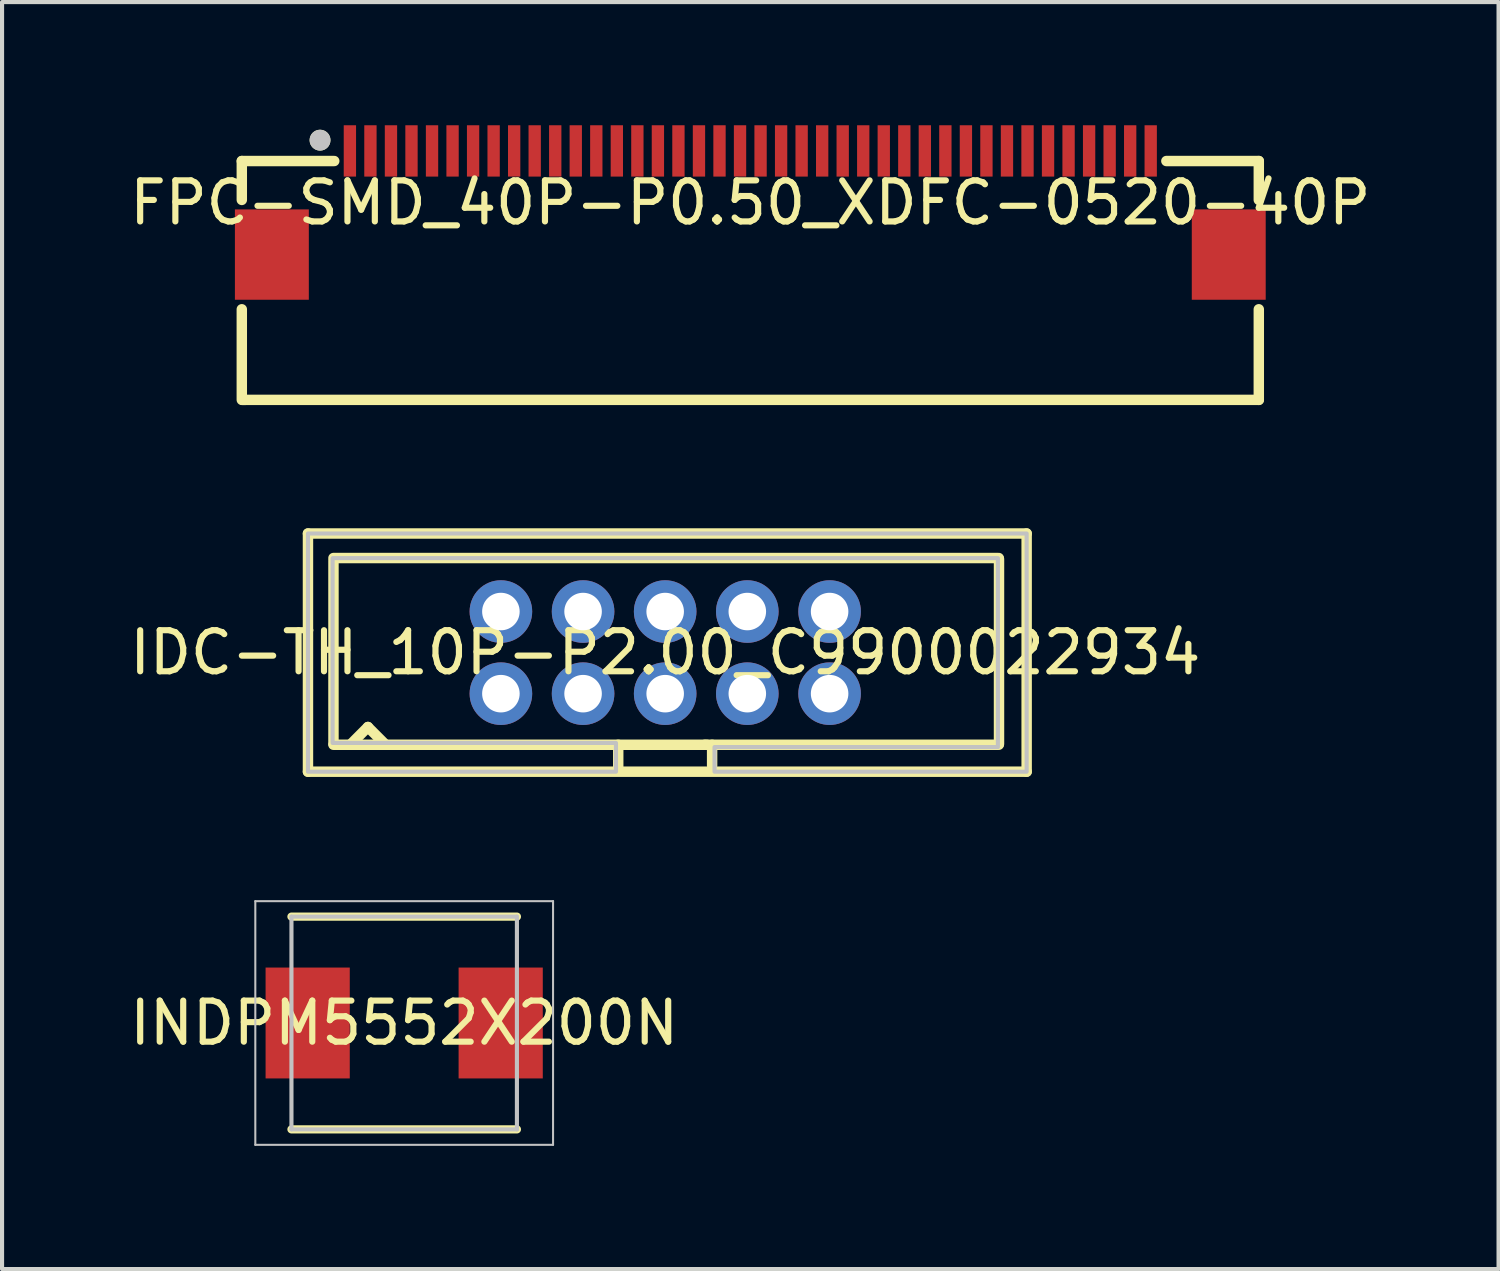
<source format=kicad_pcb>
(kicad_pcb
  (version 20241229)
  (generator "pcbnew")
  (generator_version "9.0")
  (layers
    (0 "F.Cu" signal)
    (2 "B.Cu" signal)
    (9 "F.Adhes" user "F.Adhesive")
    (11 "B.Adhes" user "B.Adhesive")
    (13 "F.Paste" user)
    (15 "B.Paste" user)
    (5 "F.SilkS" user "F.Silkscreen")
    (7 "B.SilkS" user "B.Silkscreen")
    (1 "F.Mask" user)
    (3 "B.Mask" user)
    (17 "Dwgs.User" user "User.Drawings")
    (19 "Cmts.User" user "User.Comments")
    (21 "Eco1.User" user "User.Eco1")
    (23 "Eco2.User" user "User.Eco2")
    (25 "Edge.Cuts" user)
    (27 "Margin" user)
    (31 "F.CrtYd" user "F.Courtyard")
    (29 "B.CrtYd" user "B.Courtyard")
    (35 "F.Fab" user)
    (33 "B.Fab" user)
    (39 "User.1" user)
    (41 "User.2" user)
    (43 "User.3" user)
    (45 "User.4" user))
  (footprint "INDPM5552X200N"
    (layer "F.Cu")
    (at 6.792 21.86)
    (property "Reference" "INDPM5552X200N" (at 0 0 0) (layer "F.SilkS") (effects (font (size 1 1) (thickness 0.15))))
    (fp_line (start -2.745 2.59) (end 2.745 2.59) (stroke (width 0.2) (type default)) (layer "F.SilkS"))
    (fp_line (start 2.745 -2.59) (end -2.745 -2.59) (stroke (width 0.2) (type default)) (layer "F.SilkS"))
    (fp_line (start -3.625 -2.967) (end 3.625 -2.967) (stroke (width 0.05) (type default)) (layer "Dwgs.User"))
    (fp_line (start -3.625 2.967) (end -3.625 -2.967) (stroke (width 0.05) (type default)) (layer "Dwgs.User"))
    (fp_line (start -2.745 -2.59) (end 2.745 -2.59) (stroke (width 0.1) (type default)) (layer "Dwgs.User"))
    (fp_line (start -2.745 2.59) (end -2.745 -2.59) (stroke (width 0.1) (type default)) (layer "Dwgs.User"))
    (fp_line (start 2.745 -2.59) (end 2.745 2.59) (stroke (width 0.1) (type default)) (layer "Dwgs.User"))
    (fp_line (start 2.745 2.59) (end -2.745 2.59) (stroke (width 0.1) (type default)) (layer "Dwgs.User"))
    (fp_line (start 3.625 -2.967) (end 3.625 2.967) (stroke (width 0.05) (type default)) (layer "Dwgs.User"))
    (fp_line (start 3.625 2.967) (end -3.625 2.967) (stroke (width 0.05) (type default)) (layer "Dwgs.User"))
    (pad "1" smd rect (at -2.35 0 90) (size 2.7 2.05) (layers "F.Cu" "F.Mask" "F.Paste"))
    (pad "2" smd rect (at 2.35 0 90) (size 2.7 2.05) (layers "F.Cu" "F.Mask" "F.Paste")))
  (footprint "FPC-SMD_40P-P0.50_XDFC-0520-40P"
    (layer "F.Cu")
    (at 15.22 1.887)
    (property "Reference" "FPC-SMD_40P-P0.50_XDFC-0520-40P" (at 0 0 0) (layer "F.SilkS") (effects (font (size 1 1) (thickness 0.15))))
    (fp_line (start -12.382 -1.016) (end -12.382 -0.069) (stroke (width 0.254) (type default)) (layer "F.SilkS"))
    (fp_line (start -12.382 2.594) (end -12.382 4.8) (stroke (width 0.254) (type default)) (layer "F.SilkS"))
    (fp_line (start -12.355 4.8) (end -12.3 4.8) (stroke (width 0.254) (type default)) (layer "F.SilkS"))
    (fp_line (start -10.131 -1.016) (end -12.382 -1.016) (stroke (width 0.254) (type default)) (layer "F.SilkS"))
    (fp_line (start 12.382 -1.016) (end 10.131 -1.016) (stroke (width 0.254) (type default)) (layer "F.SilkS"))
    (fp_line (start 12.382 -0.069) (end 12.382 -1.016) (stroke (width 0.254) (type default)) (layer "F.SilkS"))
    (fp_line (start 12.382 2.594) (end 12.382 4.8) (stroke (width 0.254) (type default)) (layer "F.SilkS"))
    (fp_line (start 12.382 4.8) (end -12.355 4.8) (stroke (width 0.254) (type default)) (layer "F.SilkS"))
    (fp_circle (center -10.477 -1.524) (end -10.35 -1.524) (stroke (width 0.254) (type default)) (fill no) (layer "F.SilkS"))
    (fp_circle (center -10.477 -1.524) (end -10.35 -1.524) (stroke (width 0.254) (type default)) (fill no) (layer "Dwgs.User"))
    (fp_poly (pts (xy -12.25 1.762) (xy -12.25 0.762) (xy -10.75 0.762) (xy -10.75 1.762)) (stroke (width 0.1) (type default)) (fill no) (layer "User.1"))
    (fp_poly (pts (xy -9.85 -1.663) (xy -9.65 -1.663) (xy -9.65 -0.863) (xy -9.85 -0.863)) (stroke (width 0.1) (type default)) (fill no) (layer "User.1"))
    (fp_poly (pts (xy -9.35 -1.663) (xy -9.15 -1.663) (xy -9.15 -0.863) (xy -9.35 -0.863)) (stroke (width 0.1) (type default)) (fill no) (layer "User.1"))
    (fp_poly (pts (xy -8.85 -1.663) (xy -8.65 -1.663) (xy -8.65 -0.863) (xy -8.85 -0.863)) (stroke (width 0.1) (type default)) (fill no) (layer "User.1"))
    (fp_poly (pts (xy -8.35 -1.663) (xy -8.15 -1.663) (xy -8.15 -0.863) (xy -8.35 -0.863)) (stroke (width 0.1) (type default)) (fill no) (layer "User.1"))
    (fp_poly (pts (xy -7.85 -1.663) (xy -7.65 -1.663) (xy -7.65 -0.863) (xy -7.85 -0.863)) (stroke (width 0.1) (type default)) (fill no) (layer "User.1"))
    (fp_poly (pts (xy -7.35 -1.663) (xy -7.15 -1.663) (xy -7.15 -0.863) (xy -7.35 -0.863)) (stroke (width 0.1) (type default)) (fill no) (layer "User.1"))
    (fp_poly (pts (xy -6.85 -1.663) (xy -6.65 -1.663) (xy -6.65 -0.863) (xy -6.85 -0.863)) (stroke (width 0.1) (type default)) (fill no) (layer "User.1"))
    (fp_poly (pts (xy -6.35 -1.663) (xy -6.15 -1.663) (xy -6.15 -0.863) (xy -6.35 -0.863)) (stroke (width 0.1) (type default)) (fill no) (layer "User.1"))
    (fp_poly (pts (xy -5.85 -1.663) (xy -5.65 -1.663) (xy -5.65 -0.863) (xy -5.85 -0.863)) (stroke (width 0.1) (type default)) (fill no) (layer "User.1"))
    (fp_poly (pts (xy -5.35 -1.663) (xy -5.15 -1.663) (xy -5.15 -0.863) (xy -5.35 -0.863)) (stroke (width 0.1) (type default)) (fill no) (layer "User.1"))
    (fp_poly (pts (xy -4.85 -1.663) (xy -4.65 -1.663) (xy -4.65 -0.863) (xy -4.85 -0.863)) (stroke (width 0.1) (type default)) (fill no) (layer "User.1"))
    (fp_poly (pts (xy -4.35 -1.663) (xy -4.15 -1.663) (xy -4.15 -0.863) (xy -4.35 -0.863)) (stroke (width 0.1) (type default)) (fill no) (layer "User.1"))
    (fp_poly (pts (xy -3.85 -1.663) (xy -3.65 -1.663) (xy -3.65 -0.863) (xy -3.85 -0.863)) (stroke (width 0.1) (type default)) (fill no) (layer "User.1"))
    (fp_poly (pts (xy -3.35 -1.663) (xy -3.15 -1.663) (xy -3.15 -0.863) (xy -3.35 -0.863)) (stroke (width 0.1) (type default)) (fill no) (layer "User.1"))
    (fp_poly (pts (xy -2.85 -1.663) (xy -2.65 -1.663) (xy -2.65 -0.863) (xy -2.85 -0.863)) (stroke (width 0.1) (type default)) (fill no) (layer "User.1"))
    (fp_poly (pts (xy -2.35 -1.663) (xy -2.15 -1.663) (xy -2.15 -0.863) (xy -2.35 -0.863)) (stroke (width 0.1) (type default)) (fill no) (layer "User.1"))
    (fp_poly (pts (xy -1.85 -1.663) (xy -1.65 -1.663) (xy -1.65 -0.863) (xy -1.85 -0.863)) (stroke (width 0.1) (type default)) (fill no) (layer "User.1"))
    (fp_poly (pts (xy -1.35 -1.663) (xy -1.15 -1.663) (xy -1.15 -0.863) (xy -1.35 -0.863)) (stroke (width 0.1) (type default)) (fill no) (layer "User.1"))
    (fp_poly (pts (xy -0.85 -1.663) (xy -0.65 -1.663) (xy -0.65 -0.863) (xy -0.85 -0.863)) (stroke (width 0.1) (type default)) (fill no) (layer "User.1"))
    (fp_poly (pts (xy -0.35 -1.663) (xy -0.15 -1.663) (xy -0.15 -0.863) (xy -0.35 -0.863)) (stroke (width 0.1) (type default)) (fill no) (layer "User.1"))
    (fp_poly (pts (xy 0.15 -1.663) (xy 0.35 -1.663) (xy 0.35 -0.863) (xy 0.15 -0.863)) (stroke (width 0.1) (type default)) (fill no) (layer "User.1"))
    (fp_poly (pts (xy 0.65 -1.663) (xy 0.85 -1.663) (xy 0.85 -0.863) (xy 0.65 -0.863)) (stroke (width 0.1) (type default)) (fill no) (layer "User.1"))
    (fp_poly (pts (xy 1.15 -1.663) (xy 1.35 -1.663) (xy 1.35 -0.863) (xy 1.15 -0.863)) (stroke (width 0.1) (type default)) (fill no) (layer "User.1"))
    (fp_poly (pts (xy 1.65 -1.663) (xy 1.85 -1.663) (xy 1.85 -0.863) (xy 1.65 -0.863)) (stroke (width 0.1) (type default)) (fill no) (layer "User.1"))
    (fp_poly (pts (xy 2.15 -1.663) (xy 2.35 -1.663) (xy 2.35 -0.863) (xy 2.15 -0.863)) (stroke (width 0.1) (type default)) (fill no) (layer "User.1"))
    (fp_poly (pts (xy 2.651 -1.663) (xy 2.85 -1.663) (xy 2.85 -0.863) (xy 2.651 -0.863)) (stroke (width 0.1) (type default)) (fill no) (layer "User.1"))
    (fp_poly (pts (xy 3.15 -1.663) (xy 3.35 -1.663) (xy 3.35 -0.863) (xy 3.15 -0.863)) (stroke (width 0.1) (type default)) (fill no) (layer "User.1"))
    (fp_poly (pts (xy 3.651 -1.663) (xy 3.85 -1.663) (xy 3.85 -0.863) (xy 3.651 -0.863)) (stroke (width 0.1) (type default)) (fill no) (layer "User.1"))
    (fp_poly (pts (xy 4.15 -1.663) (xy 4.35 -1.663) (xy 4.35 -0.863) (xy 4.15 -0.863)) (stroke (width 0.1) (type default)) (fill no) (layer "User.1"))
    (fp_poly (pts (xy 4.651 -1.663) (xy 4.851 -1.663) (xy 4.851 -0.863) (xy 4.651 -0.863)) (stroke (width 0.1) (type default)) (fill no) (layer "User.1"))
    (fp_poly (pts (xy 5.15 -1.663) (xy 5.35 -1.663) (xy 5.35 -0.863) (xy 5.15 -0.863)) (stroke (width 0.1) (type default)) (fill no) (layer "User.1"))
    (fp_poly (pts (xy 5.651 -1.663) (xy 5.851 -1.663) (xy 5.851 -0.863) (xy 5.651 -0.863)) (stroke (width 0.1) (type default)) (fill no) (layer "User.1"))
    (fp_poly (pts (xy 6.15 -1.663) (xy 6.35 -1.663) (xy 6.35 -0.863) (xy 6.15 -0.863)) (stroke (width 0.1) (type default)) (fill no) (layer "User.1"))
    (fp_poly (pts (xy 6.651 -1.663) (xy 6.851 -1.663) (xy 6.851 -0.863) (xy 6.651 -0.863)) (stroke (width 0.1) (type default)) (fill no) (layer "User.1"))
    (fp_poly (pts (xy 7.15 -1.663) (xy 7.35 -1.663) (xy 7.35 -0.863) (xy 7.15 -0.863)) (stroke (width 0.1) (type default)) (fill no) (layer "User.1"))
    (fp_poly (pts (xy 7.651 -1.663) (xy 7.851 -1.663) (xy 7.851 -0.863) (xy 7.651 -0.863)) (stroke (width 0.1) (type default)) (fill no) (layer "User.1"))
    (fp_poly (pts (xy 8.15 -1.663) (xy 8.35 -1.663) (xy 8.35 -0.863) (xy 8.15 -0.863)) (stroke (width 0.1) (type default)) (fill no) (layer "User.1"))
    (fp_poly (pts (xy 8.65 -1.663) (xy 8.851 -1.663) (xy 8.851 -0.863) (xy 8.65 -0.863)) (stroke (width 0.1) (type default)) (fill no) (layer "User.1"))
    (fp_poly (pts (xy 9.15 -1.663) (xy 9.35 -1.663) (xy 9.35 -0.863) (xy 9.15 -0.863)) (stroke (width 0.1) (type default)) (fill no) (layer "User.1"))
    (fp_poly (pts (xy 9.65 -1.663) (xy 9.851 -1.663) (xy 9.851 -0.863) (xy 9.65 -0.863)) (stroke (width 0.1) (type default)) (fill no) (layer "User.1"))
    (fp_poly (pts (xy 10.75 1.762) (xy 10.75 0.762) (xy 12.25 0.762) (xy 12.25 1.762)) (stroke (width 0.1) (type default)) (fill no) (layer "User.1"))
    (fp_line (start -12.25 -0.963) (end 12.25 -0.963) (stroke (width 0.051) (type default)) (layer "User.2"))
    (fp_line (start -12.25 4.787) (end -12.25 -0.963) (stroke (width 0.051) (type default)) (layer "User.2"))
    (fp_line (start 12.25 -0.963) (end 12.25 4.787) (stroke (width 0.051) (type default)) (layer "User.2"))
    (fp_line (start 12.25 4.787) (end -12.25 4.787) (stroke (width 0.051) (type default)) (layer "User.2"))
    (fp_poly (pts (xy -12.19 -1.663) (xy -12.208 -1.705) (xy -12.25 -1.722) (xy -12.292 -1.705) (xy -12.31 -1.663) (xy -12.292 -1.62) (xy -12.25 -1.603) (xy -12.208 -1.62)) (stroke (width 0.1) (type default)) (fill no) (layer "User.3"))
    (pad "1" smd rect (at -9.75 -1.262) (size 0.3 1.25) (layers "F.Cu" "F.Mask" "F.Paste"))
    (pad "2" smd rect (at -9.25 -1.262) (size 0.3 1.25) (layers "F.Cu" "F.Mask" "F.Paste"))
    (pad "3" smd rect (at -8.75 -1.262) (size 0.3 1.25) (layers "F.Cu" "F.Mask" "F.Paste"))
    (pad "4" smd rect (at -8.25 -1.262) (size 0.3 1.25) (layers "F.Cu" "F.Mask" "F.Paste"))
    (pad "5" smd rect (at -7.75 -1.262) (size 0.3 1.25) (layers "F.Cu" "F.Mask" "F.Paste"))
    (pad "6" smd rect (at -7.25 -1.262) (size 0.3 1.25) (layers "F.Cu" "F.Mask" "F.Paste"))
    (pad "7" smd rect (at -6.75 -1.262) (size 0.3 1.25) (layers "F.Cu" "F.Mask" "F.Paste"))
    (pad "8" smd rect (at -6.25 -1.262) (size 0.3 1.25) (layers "F.Cu" "F.Mask" "F.Paste"))
    (pad "9" smd rect (at -5.75 -1.262) (size 0.3 1.25) (layers "F.Cu" "F.Mask" "F.Paste"))
    (pad "10" smd rect (at -5.25 -1.262) (size 0.3 1.25) (layers "F.Cu" "F.Mask" "F.Paste"))
    (pad "11" smd rect (at -4.75 -1.262) (size 0.3 1.25) (layers "F.Cu" "F.Mask" "F.Paste"))
    (pad "12" smd rect (at -4.25 -1.262) (size 0.3 1.25) (layers "F.Cu" "F.Mask" "F.Paste"))
    (pad "13" smd rect (at -3.75 -1.262) (size 0.3 1.25) (layers "F.Cu" "F.Mask" "F.Paste"))
    (pad "14" smd rect (at -3.25 -1.262) (size 0.3 1.25) (layers "F.Cu" "F.Mask" "F.Paste"))
    (pad "15" smd rect (at -2.75 -1.262) (size 0.3 1.25) (layers "F.Cu" "F.Mask" "F.Paste"))
    (pad "16" smd rect (at -2.25 -1.262) (size 0.3 1.25) (layers "F.Cu" "F.Mask" "F.Paste"))
    (pad "17" smd rect (at -1.75 -1.262) (size 0.3 1.25) (layers "F.Cu" "F.Mask" "F.Paste"))
    (pad "18" smd rect (at -1.25 -1.262) (size 0.3 1.25) (layers "F.Cu" "F.Mask" "F.Paste"))
    (pad "19" smd rect (at -0.75 -1.262) (size 0.3 1.25) (layers "F.Cu" "F.Mask" "F.Paste"))
    (pad "20" smd rect (at -0.25 -1.262) (size 0.3 1.25) (layers "F.Cu" "F.Mask" "F.Paste"))
    (pad "21" smd rect (at 0.25 -1.262) (size 0.3 1.25) (layers "F.Cu" "F.Mask" "F.Paste"))
    (pad "22" smd rect (at 0.75 -1.262) (size 0.3 1.25) (layers "F.Cu" "F.Mask" "F.Paste"))
    (pad "23" smd rect (at 1.25 -1.262) (size 0.3 1.25) (layers "F.Cu" "F.Mask" "F.Paste"))
    (pad "24" smd rect (at 1.75 -1.262) (size 0.3 1.25) (layers "F.Cu" "F.Mask" "F.Paste"))
    (pad "25" smd rect (at 2.25 -1.262) (size 0.3 1.25) (layers "F.Cu" "F.Mask" "F.Paste"))
    (pad "26" smd rect (at 2.75 -1.262) (size 0.3 1.25) (layers "F.Cu" "F.Mask" "F.Paste"))
    (pad "27" smd rect (at 3.25 -1.262) (size 0.3 1.25) (layers "F.Cu" "F.Mask" "F.Paste"))
    (pad "28" smd rect (at 3.75 -1.262) (size 0.3 1.25) (layers "F.Cu" "F.Mask" "F.Paste"))
    (pad "29" smd rect (at 4.25 -1.262) (size 0.3 1.25) (layers "F.Cu" "F.Mask" "F.Paste"))
    (pad "30" smd rect (at 4.75 -1.262) (size 0.3 1.25) (layers "F.Cu" "F.Mask" "F.Paste"))
    (pad "31" smd rect (at 5.25 -1.262) (size 0.3 1.25) (layers "F.Cu" "F.Mask" "F.Paste"))
    (pad "32" smd rect (at 5.75 -1.262) (size 0.3 1.25) (layers "F.Cu" "F.Mask" "F.Paste"))
    (pad "33" smd rect (at 6.25 -1.262) (size 0.3 1.25) (layers "F.Cu" "F.Mask" "F.Paste"))
    (pad "34" smd rect (at 6.75 -1.262) (size 0.3 1.25) (layers "F.Cu" "F.Mask" "F.Paste"))
    (pad "35" smd rect (at 7.25 -1.262) (size 0.3 1.25) (layers "F.Cu" "F.Mask" "F.Paste"))
    (pad "36" smd rect (at 7.75 -1.262) (size 0.3 1.25) (layers "F.Cu" "F.Mask" "F.Paste"))
    (pad "37" smd rect (at 8.25 -1.262) (size 0.3 1.25) (layers "F.Cu" "F.Mask" "F.Paste"))
    (pad "38" smd rect (at 8.75 -1.262) (size 0.3 1.25) (layers "F.Cu" "F.Mask" "F.Paste"))
    (pad "39" smd rect (at 9.25 -1.262) (size 0.3 1.25) (layers "F.Cu" "F.Mask" "F.Paste"))
    (pad "40" smd rect (at 9.75 -1.262) (size 0.3 1.25) (layers "F.Cu" "F.Mask" "F.Paste"))
    (pad "41" smd rect (at 11.65 1.262) (size 1.8 2.2) (layers "F.Cu" "F.Mask" "F.Paste"))
    (pad "42" smd rect (at -11.65 1.262) (size 1.8 2.2) (layers "F.Cu" "F.Mask" "F.Paste")))
  (footprint "IDC-TH_10P-P2.00_C9900022934"
    (layer "F.Cu")
    (at 13.149 12.841)
    (property "Reference" "IDC-TH_10P-P2.00_C9900022934" (at 0 0 0) (layer "F.SilkS") (effects (font (size 1 1) (thickness 0.15))))
    (fp_line (start -8.7 -2.9) (end 8.8 -2.9) (stroke (width 0.254) (type default)) (layer "F.SilkS"))
    (fp_line (start -8.7 2.9) (end -8.7 -2.9) (stroke (width 0.254) (type default)) (layer "F.SilkS"))
    (fp_line (start -8.079 -2.303) (end 8.121 -2.303) (stroke (width 0.254) (type default)) (layer "F.SilkS"))
    (fp_line (start -8.079 -2.229) (end -8.079 2.219) (stroke (width 0.254) (type default)) (layer "F.SilkS"))
    (fp_line (start -8.079 2.244) (end 1.014 2.244) (stroke (width 0.254) (type default)) (layer "F.SilkS"))
    (fp_line (start -7.646 2.219) (end -7.24 1.812) (stroke (width 0.254) (type default)) (layer "F.SilkS"))
    (fp_line (start -7.24 1.812) (end -6.809 2.244) (stroke (width 0.254) (type default)) (layer "F.SilkS"))
    (fp_line (start -1.145 2.244) (end -1.145 2.777) (stroke (width 0.254) (type default)) (layer "F.SilkS"))
    (fp_line (start 0.964 2.244) (end 8.121 2.244) (stroke (width 0.254) (type default)) (layer "F.SilkS"))
    (fp_line (start 1.141 2.244) (end 1.141 2.752) (stroke (width 0.254) (type default)) (layer "F.SilkS"))
    (fp_line (start 8.127 -2.277) (end 8.127 2.222) (stroke (width 0.254) (type default)) (layer "F.SilkS"))
    (fp_line (start 8.8 -2.9) (end 8.8 2.9) (stroke (width 0.254) (type default)) (layer "F.SilkS"))
    (fp_line (start 8.8 2.9) (end -8.7 2.9) (stroke (width 0.254) (type default)) (layer "F.SilkS"))
    (fp_poly (pts (xy -8.7 -2.9) (xy 8.8 -2.9) (xy 8.8 2.9) (xy 1.2 2.9) (xy 1.2 2.3) (xy 8.1 2.3) (xy 8.1 -2.3) (xy -8.1 -2.3) (xy -8.1 2.2) (xy -1.2 2.2) (xy -1.2 2.9) (xy -8.7 2.9) (xy -8.7 2.3)) (stroke (width 0.1) (type default)) (fill no) (layer "Dwgs.User"))
    (fp_poly (pts (xy -4.252 -1.25) (xy -3.752 -1.25) (xy -3.752 -0.75) (xy -4.252 -0.75)) (stroke (width 0.1) (type default)) (fill no) (layer "User.1"))
    (fp_poly (pts (xy -4.252 0.75) (xy -3.752 0.75) (xy -3.752 1.25) (xy -4.252 1.25)) (stroke (width 0.1) (type default)) (fill no) (layer "User.1"))
    (fp_poly (pts (xy -2.25 -1.25) (xy -1.75 -1.25) (xy -1.75 -0.75) (xy -2.25 -0.75)) (stroke (width 0.1) (type default)) (fill no) (layer "User.1"))
    (fp_poly (pts (xy -2.25 0.75) (xy -1.75 0.75) (xy -1.75 1.25) (xy -2.25 1.25)) (stroke (width 0.1) (type default)) (fill no) (layer "User.1"))
    (fp_poly (pts (xy -0.252 -1.25) (xy 0.248 -1.25) (xy 0.248 -0.75) (xy -0.252 -0.75)) (stroke (width 0.1) (type default)) (fill no) (layer "User.1"))
    (fp_poly (pts (xy -0.252 0.75) (xy 0.248 0.75) (xy 0.248 1.25) (xy -0.252 1.25)) (stroke (width 0.1) (type default)) (fill no) (layer "User.1"))
    (fp_poly (pts (xy 1.748 -1.25) (xy 2.248 -1.25) (xy 2.248 -0.75) (xy 1.748 -0.75)) (stroke (width 0.1) (type default)) (fill no) (layer "User.1"))
    (fp_poly (pts (xy 1.748 0.75) (xy 2.248 0.75) (xy 2.248 1.25) (xy 1.748 1.25)) (stroke (width 0.1) (type default)) (fill no) (layer "User.1"))
    (fp_poly (pts (xy 3.752 -1.25) (xy 4.252 -1.25) (xy 4.252 -0.75) (xy 3.752 -0.75)) (stroke (width 0.1) (type default)) (fill no) (layer "User.1"))
    (fp_poly (pts (xy 3.752 0.75) (xy 4.252 0.75) (xy 4.252 1.25) (xy 3.752 1.25)) (stroke (width 0.1) (type default)) (fill no) (layer "User.1"))
    (fp_line (start -8.65 -2.9) (end 8.65 -2.9) (stroke (width 0.051) (type default)) (layer "User.2"))
    (fp_line (start -8.65 2.9) (end -8.65 -2.9) (stroke (width 0.051) (type default)) (layer "User.2"))
    (fp_line (start 8.65 -2.9) (end 8.65 2.9) (stroke (width 0.051) (type default)) (layer "User.2"))
    (fp_line (start 8.65 2.9) (end -8.65 2.9) (stroke (width 0.051) (type default)) (layer "User.2"))
    (fp_poly (pts (xy -8.59 2.9) (xy -8.608 2.858) (xy -8.65 2.84) (xy -8.692 2.858) (xy -8.71 2.9) (xy -8.692 2.942) (xy -8.65 2.96) (xy -8.608 2.942)) (stroke (width 0.1) (type default)) (fill no) (layer "User.3"))
    (pad "1" thru_hole circle (at -4.002 1) (size 1.524 1.524) (drill 0.914) (layers "*.Cu" "*.Mask"))
    (pad "2" thru_hole circle (at -4.002 -1) (size 1.524 1.524) (drill 0.914) (layers "*.Cu" "*.Mask"))
    (pad "3" thru_hole circle (at -2.001 1) (size 1.524 1.524) (drill 0.914) (layers "*.Cu" "*.Mask"))
    (pad "4" thru_hole circle (at -2.001 -1) (size 1.524 1.524) (drill 0.914) (layers "*.Cu" "*.Mask"))
    (pad "5" thru_hole circle (at -0.002 1) (size 1.524 1.524) (drill 0.914) (layers "*.Cu" "*.Mask"))
    (pad "6" thru_hole circle (at -0.002 -1) (size 1.524 1.524) (drill 0.914) (layers "*.Cu" "*.Mask"))
    (pad "7" thru_hole circle (at 1.998 1) (size 1.524 1.524) (drill 0.914) (layers "*.Cu" "*.Mask"))
    (pad "8" thru_hole circle (at 1.998 -1) (size 1.524 1.524) (drill 0.914) (layers "*.Cu" "*.Mask"))
    (pad "9" thru_hole circle (at 4.002 1) (size 1.524 1.524) (drill 0.914) (layers "*.Cu" "*.Mask"))
    (pad "10" thru_hole circle (at 4.002 -1) (size 1.524 1.524) (drill 0.914) (layers "*.Cu" "*.Mask")))
  (gr_rect
    (start -3 -3)
    (end 33.44 27.852)
    (stroke (width 0.1) (type default))
    (fill no)
    (layer "Edge.Cuts")))
</source>
